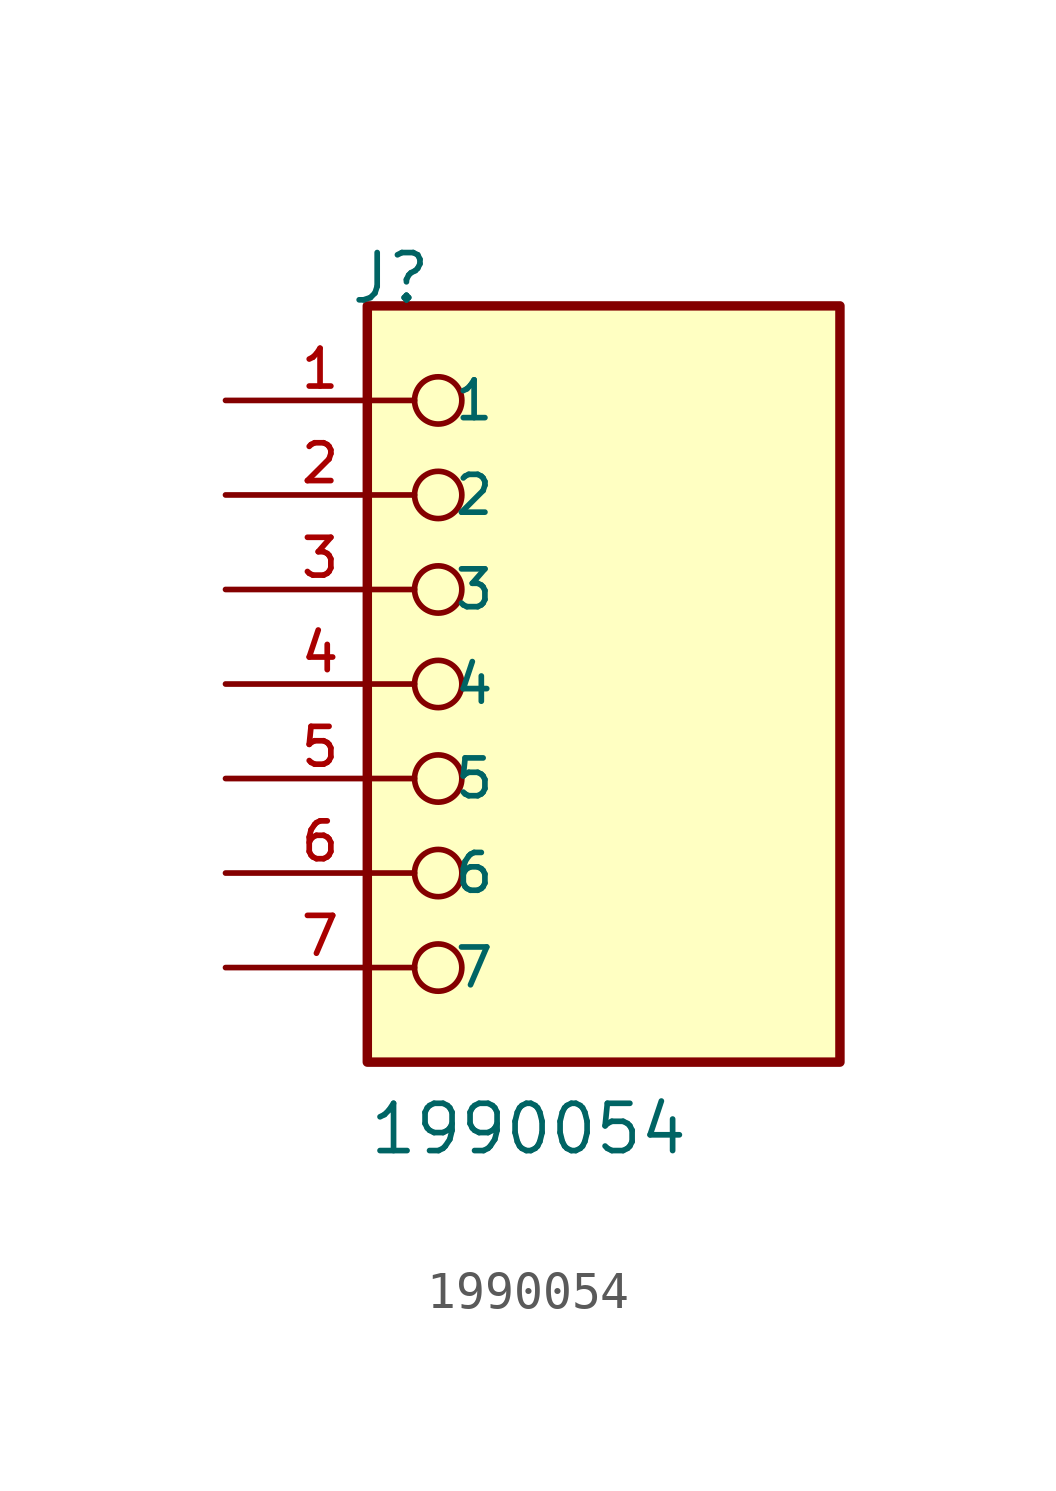
<source format=kicad_sym>
(kicad_symbol_lib
  (version 20211014)
  (generator kicad_symbol_editor)
  (symbol "1990054"
    (pin_names
      (offset 1.016))
    (property "Reference" "J"
      (at -6.85 10.16 0)
      (effects (font (size 1.27 1.27)) (justify bottom left)))
    (property "Value" "1990054"
      (at -6.35 -12.7 0)
      (effects (font (size 1.27 1.27)) (justify bottom left)))
    (symbol "1990054_0_0"
      (circle (center -4.445 7.62) (radius 0.635) (stroke (width 0.152)) (fill (type none)))
      (circle (center -4.445 5.08) (radius 0.635) (stroke (width 0.152)) (fill (type none)))
      (circle (center -4.445 2.54) (radius 0.635) (stroke (width 0.152)) (fill (type none)))
      (circle (center -4.445 0.0) (radius 0.635) (stroke (width 0.152)) (fill (type none)))
      (circle (center -4.445 -2.54) (radius 0.635) (stroke (width 0.152)) (fill (type none)))
      (circle (center -4.445 -5.08) (radius 0.635) (stroke (width 0.152)) (fill (type none)))
      (circle (center -4.445 -7.62) (radius 0.635) (stroke (width 0.152)) (fill (type none)))
      (rectangle (start -6.35 -10.16) (end 6.35 10.16) (stroke (width 0.254)) (fill (type background)))
      (pin passive line (at -10.16 7.62 0) (length 5.08) (name "1" (effects (font (size 1.016 1.016)))) (number "1" (effects (font (size 1.016 1.016)))))
      (pin passive line (at -10.16 5.08 0) (length 5.08) (name "2" (effects (font (size 1.016 1.016)))) (number "2" (effects (font (size 1.016 1.016)))))
      (pin passive line (at -10.16 2.54 0) (length 5.08) (name "3" (effects (font (size 1.016 1.016)))) (number "3" (effects (font (size 1.016 1.016)))))
      (pin passive line (at -10.16 0.0 0) (length 5.08) (name "4" (effects (font (size 1.016 1.016)))) (number "4" (effects (font (size 1.016 1.016)))))
      (pin passive line (at -10.16 -2.54 0) (length 5.08) (name "5" (effects (font (size 1.016 1.016)))) (number "5" (effects (font (size 1.016 1.016)))))
      (pin passive line (at -10.16 -5.08 0) (length 5.08) (name "6" (effects (font (size 1.016 1.016)))) (number "6" (effects (font (size 1.016 1.016)))))
      (pin passive line (at -10.16 -7.62 0) (length 5.08) (name "7" (effects (font (size 1.016 1.016)))) (number "7" (effects (font (size 1.016 1.016))))))))
</source>
